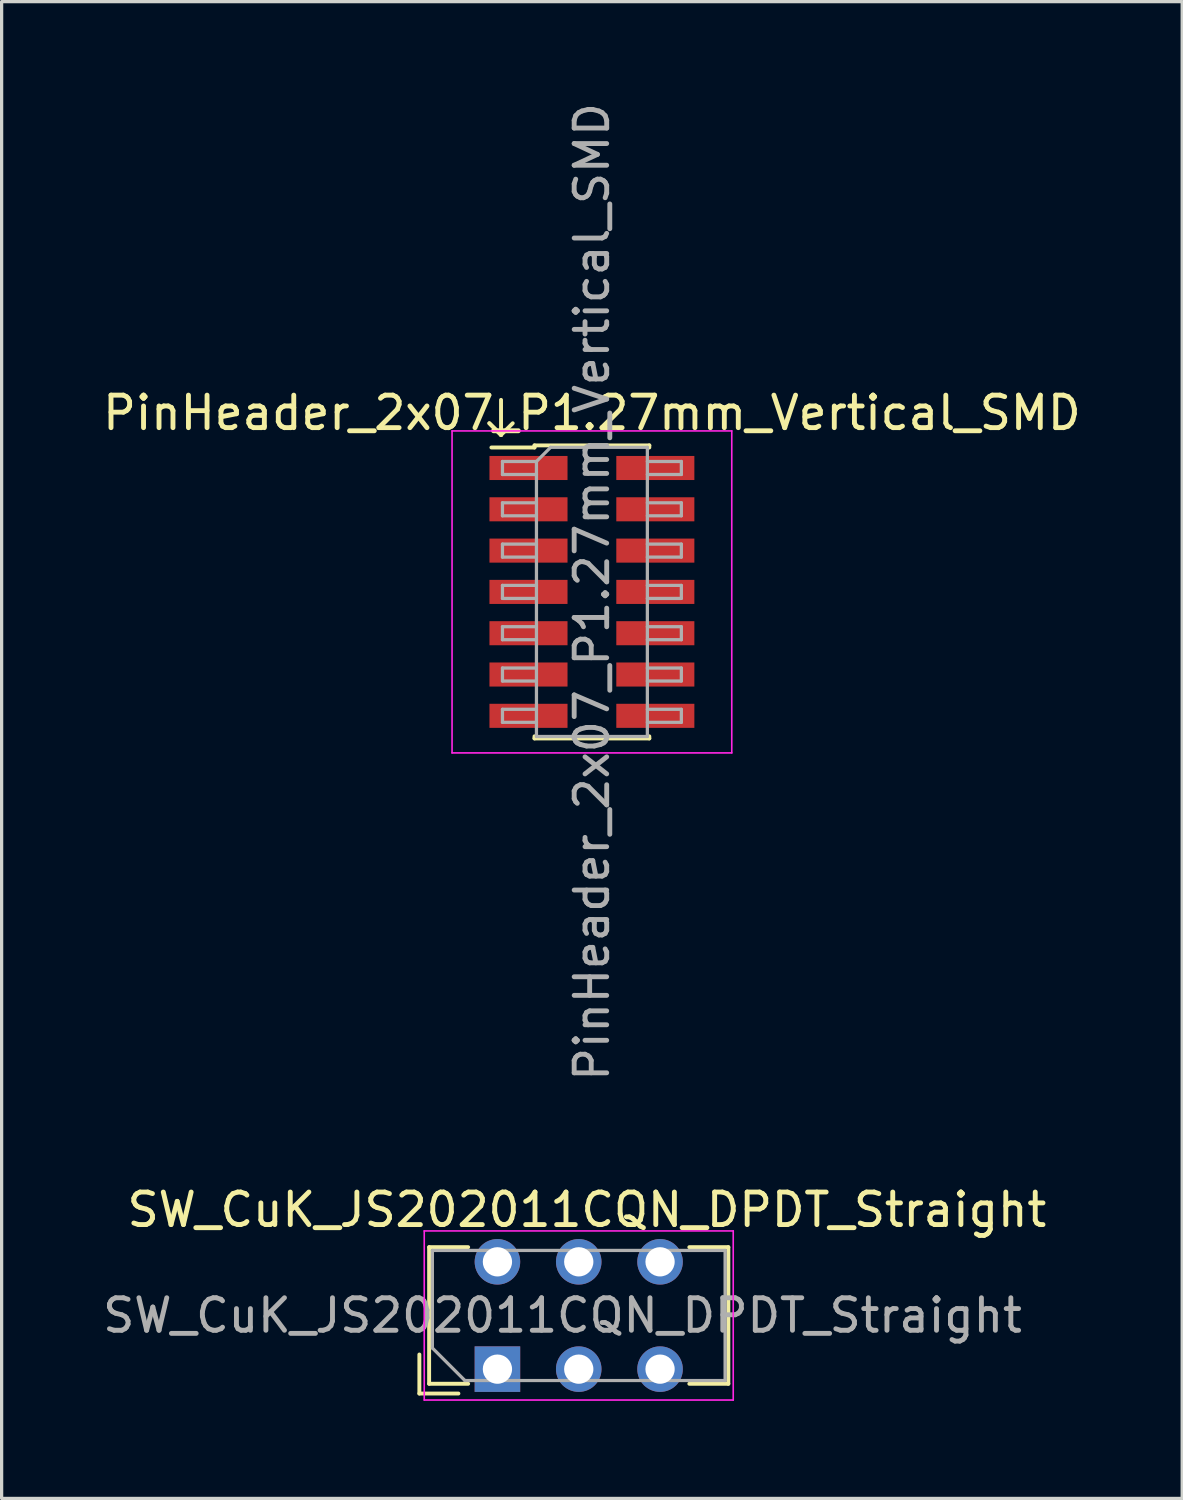
<source format=kicad_pcb>
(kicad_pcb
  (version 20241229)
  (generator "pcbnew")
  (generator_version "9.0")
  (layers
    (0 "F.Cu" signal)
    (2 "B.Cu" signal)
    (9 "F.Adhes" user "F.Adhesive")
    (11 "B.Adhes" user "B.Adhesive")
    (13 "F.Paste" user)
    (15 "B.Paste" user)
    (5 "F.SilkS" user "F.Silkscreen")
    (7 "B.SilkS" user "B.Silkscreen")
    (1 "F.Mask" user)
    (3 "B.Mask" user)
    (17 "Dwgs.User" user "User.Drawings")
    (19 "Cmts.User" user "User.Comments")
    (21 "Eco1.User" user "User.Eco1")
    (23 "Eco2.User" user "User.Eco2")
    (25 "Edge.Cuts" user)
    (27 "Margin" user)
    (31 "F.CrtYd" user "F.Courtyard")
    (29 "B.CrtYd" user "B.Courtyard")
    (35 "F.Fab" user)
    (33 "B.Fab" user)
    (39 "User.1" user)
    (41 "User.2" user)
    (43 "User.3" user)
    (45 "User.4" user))
  (footprint "PinHeader_2x07_P1.27mm_Vertical_SMD"
    (layer "F.Cu")
    (at 15.149 15.149)
    (property "Reference" "PinHeader_2x07_P1.27mm_Vertical_SMD" (at 0 -5.505 0) (layer "F.SilkS") (effects (font (size 1 1) (thickness 0.15))))
    (attr smd)
    (fp_line (start -3.153 -5.185) (end -2.794 -4.826) (stroke (width 0.12) (type solid)) (layer "F.SilkS"))
    (fp_line (start -3.09 -4.44) (end -1.765 -4.44) (stroke (width 0.12) (type solid)) (layer "F.SilkS"))
    (fp_line (start -2.794 -4.826) (end -3.153 -5.185) (stroke (width 0.12) (type solid)) (layer "F.SilkS"))
    (fp_line (start -2.794 -4.826) (end -2.794 -5.904) (stroke (width 0.12) (type solid)) (layer "F.SilkS"))
    (fp_line (start -2.794 -4.826) (end -2.435 -5.185) (stroke (width 0.12) (type solid)) (layer "F.SilkS"))
    (fp_line (start -1.765 -4.505) (end -1.765 -4.44) (stroke (width 0.12) (type solid)) (layer "F.SilkS"))
    (fp_line (start -1.765 -4.505) (end 1.765 -4.505) (stroke (width 0.12) (type solid)) (layer "F.SilkS"))
    (fp_line (start -1.765 4.44) (end -1.765 4.505) (stroke (width 0.12) (type solid)) (layer "F.SilkS"))
    (fp_line (start -1.765 4.505) (end 1.765 4.505) (stroke (width 0.12) (type solid)) (layer "F.SilkS"))
    (fp_line (start 1.765 -4.505) (end 1.765 -4.44) (stroke (width 0.12) (type solid)) (layer "F.SilkS"))
    (fp_line (start 1.765 4.44) (end 1.765 4.505) (stroke (width 0.12) (type solid)) (layer "F.SilkS"))
    (fp_line (start -4.3 -4.95) (end -4.3 4.95) (stroke (width 0.05) (type solid)) (layer "F.CrtYd"))
    (fp_line (start -4.3 4.95) (end 4.3 4.95) (stroke (width 0.05) (type solid)) (layer "F.CrtYd"))
    (fp_line (start 4.3 -4.95) (end -4.3 -4.95) (stroke (width 0.05) (type solid)) (layer "F.CrtYd"))
    (fp_line (start 4.3 4.95) (end 4.3 -4.95) (stroke (width 0.05) (type solid)) (layer "F.CrtYd"))
    (fp_line (start -2.75 -4.01) (end -2.75 -3.61) (stroke (width 0.1) (type solid)) (layer "F.Fab"))
    (fp_line (start -2.75 -3.61) (end -1.705 -3.61) (stroke (width 0.1) (type solid)) (layer "F.Fab"))
    (fp_line (start -2.75 -2.74) (end -2.75 -2.34) (stroke (width 0.1) (type solid)) (layer "F.Fab"))
    (fp_line (start -2.75 -2.34) (end -1.705 -2.34) (stroke (width 0.1) (type solid)) (layer "F.Fab"))
    (fp_line (start -2.75 -1.47) (end -2.75 -1.07) (stroke (width 0.1) (type solid)) (layer "F.Fab"))
    (fp_line (start -2.75 -1.07) (end -1.705 -1.07) (stroke (width 0.1) (type solid)) (layer "F.Fab"))
    (fp_line (start -2.75 -0.2) (end -2.75 0.2) (stroke (width 0.1) (type solid)) (layer "F.Fab"))
    (fp_line (start -2.75 0.2) (end -1.705 0.2) (stroke (width 0.1) (type solid)) (layer "F.Fab"))
    (fp_line (start -2.75 1.07) (end -2.75 1.47) (stroke (width 0.1) (type solid)) (layer "F.Fab"))
    (fp_line (start -2.75 1.47) (end -1.705 1.47) (stroke (width 0.1) (type solid)) (layer "F.Fab"))
    (fp_line (start -2.75 2.34) (end -2.75 2.74) (stroke (width 0.1) (type solid)) (layer "F.Fab"))
    (fp_line (start -2.75 2.74) (end -1.705 2.74) (stroke (width 0.1) (type solid)) (layer "F.Fab"))
    (fp_line (start -2.75 3.61) (end -2.75 4.01) (stroke (width 0.1) (type solid)) (layer "F.Fab"))
    (fp_line (start -2.75 4.01) (end -1.705 4.01) (stroke (width 0.1) (type solid)) (layer "F.Fab"))
    (fp_line (start -1.705 -4.01) (end -2.75 -4.01) (stroke (width 0.1) (type solid)) (layer "F.Fab"))
    (fp_line (start -1.705 -4.01) (end -1.27 -4.445) (stroke (width 0.1) (type solid)) (layer "F.Fab"))
    (fp_line (start -1.705 -2.74) (end -2.75 -2.74) (stroke (width 0.1) (type solid)) (layer "F.Fab"))
    (fp_line (start -1.705 -1.47) (end -2.75 -1.47) (stroke (width 0.1) (type solid)) (layer "F.Fab"))
    (fp_line (start -1.705 -0.2) (end -2.75 -0.2) (stroke (width 0.1) (type solid)) (layer "F.Fab"))
    (fp_line (start -1.705 1.07) (end -2.75 1.07) (stroke (width 0.1) (type solid)) (layer "F.Fab"))
    (fp_line (start -1.705 2.34) (end -2.75 2.34) (stroke (width 0.1) (type solid)) (layer "F.Fab"))
    (fp_line (start -1.705 3.61) (end -2.75 3.61) (stroke (width 0.1) (type solid)) (layer "F.Fab"))
    (fp_line (start -1.705 4.445) (end -1.705 -4.01) (stroke (width 0.1) (type solid)) (layer "F.Fab"))
    (fp_line (start -1.27 -4.445) (end 1.705 -4.445) (stroke (width 0.1) (type solid)) (layer "F.Fab"))
    (fp_line (start 1.705 -4.445) (end 1.705 4.445) (stroke (width 0.1) (type solid)) (layer "F.Fab"))
    (fp_line (start 1.705 -4.01) (end 2.75 -4.01) (stroke (width 0.1) (type solid)) (layer "F.Fab"))
    (fp_line (start 1.705 -2.74) (end 2.75 -2.74) (stroke (width 0.1) (type solid)) (layer "F.Fab"))
    (fp_line (start 1.705 -1.47) (end 2.75 -1.47) (stroke (width 0.1) (type solid)) (layer "F.Fab"))
    (fp_line (start 1.705 -0.2) (end 2.75 -0.2) (stroke (width 0.1) (type solid)) (layer "F.Fab"))
    (fp_line (start 1.705 1.07) (end 2.75 1.07) (stroke (width 0.1) (type solid)) (layer "F.Fab"))
    (fp_line (start 1.705 2.34) (end 2.75 2.34) (stroke (width 0.1) (type solid)) (layer "F.Fab"))
    (fp_line (start 1.705 3.61) (end 2.75 3.61) (stroke (width 0.1) (type solid)) (layer "F.Fab"))
    (fp_line (start 1.705 4.445) (end -1.705 4.445) (stroke (width 0.1) (type solid)) (layer "F.Fab"))
    (fp_line (start 2.75 -4.01) (end 2.75 -3.61) (stroke (width 0.1) (type solid)) (layer "F.Fab"))
    (fp_line (start 2.75 -3.61) (end 1.705 -3.61) (stroke (width 0.1) (type solid)) (layer "F.Fab"))
    (fp_line (start 2.75 -2.74) (end 2.75 -2.34) (stroke (width 0.1) (type solid)) (layer "F.Fab"))
    (fp_line (start 2.75 -2.34) (end 1.705 -2.34) (stroke (width 0.1) (type solid)) (layer "F.Fab"))
    (fp_line (start 2.75 -1.47) (end 2.75 -1.07) (stroke (width 0.1) (type solid)) (layer "F.Fab"))
    (fp_line (start 2.75 -1.07) (end 1.705 -1.07) (stroke (width 0.1) (type solid)) (layer "F.Fab"))
    (fp_line (start 2.75 -0.2) (end 2.75 0.2) (stroke (width 0.1) (type solid)) (layer "F.Fab"))
    (fp_line (start 2.75 0.2) (end 1.705 0.2) (stroke (width 0.1) (type solid)) (layer "F.Fab"))
    (fp_line (start 2.75 1.07) (end 2.75 1.47) (stroke (width 0.1) (type solid)) (layer "F.Fab"))
    (fp_line (start 2.75 1.47) (end 1.705 1.47) (stroke (width 0.1) (type solid)) (layer "F.Fab"))
    (fp_line (start 2.75 2.34) (end 2.75 2.74) (stroke (width 0.1) (type solid)) (layer "F.Fab"))
    (fp_line (start 2.75 2.74) (end 1.705 2.74) (stroke (width 0.1) (type solid)) (layer "F.Fab"))
    (fp_line (start 2.75 3.61) (end 2.75 4.01) (stroke (width 0.1) (type solid)) (layer "F.Fab"))
    (fp_line (start 2.75 4.01) (end 1.705 4.01) (stroke (width 0.1) (type solid)) (layer "F.Fab"))
    (fp_text user "${REFERENCE}" (at 0 0 90) (layer "F.Fab") (effects (font (size 1 1) (thickness 0.15))))
    (pad "1" smd rect (at -1.95 -3.81) (size 2.4 0.74) (layers "F.Cu" "F.Mask" "F.Paste"))
    (pad "2" smd rect (at 1.95 -3.81) (size 2.4 0.74) (layers "F.Cu" "F.Mask" "F.Paste"))
    (pad "3" smd rect (at -1.95 -2.54) (size 2.4 0.74) (layers "F.Cu" "F.Mask" "F.Paste"))
    (pad "4" smd rect (at 1.95 -2.54) (size 2.4 0.74) (layers "F.Cu" "F.Mask" "F.Paste"))
    (pad "5" smd rect (at -1.95 -1.27) (size 2.4 0.74) (layers "F.Cu" "F.Mask" "F.Paste"))
    (pad "6" smd rect (at 1.95 -1.27) (size 2.4 0.74) (layers "F.Cu" "F.Mask" "F.Paste"))
    (pad "7" smd rect (at -1.95 0) (size 2.4 0.74) (layers "F.Cu" "F.Mask" "F.Paste"))
    (pad "8" smd rect (at 1.95 0) (size 2.4 0.74) (layers "F.Cu" "F.Mask" "F.Paste"))
    (pad "9" smd rect (at -1.95 1.27) (size 2.4 0.74) (layers "F.Cu" "F.Mask" "F.Paste"))
    (pad "10" smd rect (at 1.95 1.27) (size 2.4 0.74) (layers "F.Cu" "F.Mask" "F.Paste"))
    (pad "11" smd rect (at -1.95 2.54) (size 2.4 0.74) (layers "F.Cu" "F.Mask" "F.Paste"))
    (pad "12" smd rect (at 1.95 2.54) (size 2.4 0.74) (layers "F.Cu" "F.Mask" "F.Paste"))
    (pad "13" smd rect (at -1.95 3.81) (size 2.4 0.74) (layers "F.Cu" "F.Mask" "F.Paste"))
    (pad "14" smd rect (at 1.95 3.81) (size 2.4 0.74) (layers "F.Cu" "F.Mask" "F.Paste")))
  (footprint "SW_CuK_JS202011CQN_DPDT_Straight"
    (layer "F.Cu")
    (at 12.244 39.046)
    (property "Reference" "SW_CuK_JS202011CQN_DPDT_Straight" (at 2.75 -4.9 0) (layer "F.SilkS") (effects (font (size 1 1) (thickness 0.15))))
    (attr through_hole)
    (fp_line (start -2.4 0.75) (end -2.4 -0.45) (stroke (width 0.12) (type solid)) (layer "F.SilkS"))
    (fp_line (start -2.1 -3.75) (end -0.9 -3.75) (stroke (width 0.12) (type solid)) (layer "F.SilkS"))
    (fp_line (start -2.1 0.45) (end -2.1 -3.75) (stroke (width 0.12) (type solid)) (layer "F.SilkS"))
    (fp_line (start -1.2 0.75) (end -2.4 0.75) (stroke (width 0.12) (type solid)) (layer "F.SilkS"))
    (fp_line (start -0.9 0.45) (end -2.1 0.45) (stroke (width 0.12) (type solid)) (layer "F.SilkS"))
    (fp_line (start 5.9 -3.75) (end 7.1 -3.75) (stroke (width 0.12) (type solid)) (layer "F.SilkS"))
    (fp_line (start 7.1 -3.75) (end 7.1 0.45) (stroke (width 0.12) (type solid)) (layer "F.SilkS"))
    (fp_line (start 7.1 0.45) (end 5.9 0.45) (stroke (width 0.12) (type solid)) (layer "F.SilkS"))
    (fp_line (start -2.25 -4.25) (end -2.25 0.95) (stroke (width 0.05) (type solid)) (layer "F.CrtYd"))
    (fp_line (start -2.25 -4.25) (end 7.25 -4.25) (stroke (width 0.05) (type solid)) (layer "F.CrtYd"))
    (fp_line (start 7.25 -4.25) (end 7.25 0.95) (stroke (width 0.05) (type solid)) (layer "F.CrtYd"))
    (fp_line (start 7.25 0.95) (end -2.25 0.95) (stroke (width 0.05) (type solid)) (layer "F.CrtYd"))
    (fp_line (start -2 -3.65) (end -2 -0.65) (stroke (width 0.1) (type solid)) (layer "F.Fab"))
    (fp_line (start -2 -3.65) (end 7 -3.65) (stroke (width 0.1) (type solid)) (layer "F.Fab"))
    (fp_line (start -1 0.35) (end -2 -0.65) (stroke (width 0.1) (type solid)) (layer "F.Fab"))
    (fp_line (start 7 -3.65) (end 7 0.35) (stroke (width 0.1) (type solid)) (layer "F.Fab"))
    (fp_line (start 7 0.35) (end -1 0.35) (stroke (width 0.1) (type solid)) (layer "F.Fab"))
    (fp_text user "${REFERENCE}" (at 2 -1.65 0) (layer "F.Fab") (effects (font (size 1 1) (thickness 0.15))))
    (pad "1" thru_hole rect (at 0 0) (size 1.4 1.4) (drill 0.9) (layers "*.Cu" "*.Mask"))
    (pad "2" thru_hole circle (at 2.5 0) (size 1.4 1.4) (drill 0.9) (layers "*.Cu" "*.Mask"))
    (pad "3" thru_hole circle (at 5 0) (size 1.4 1.4) (drill 0.9) (layers "*.Cu" "*.Mask"))
    (pad "4" thru_hole circle (at 0 -3.3 90) (size 1.4 1.4) (drill 0.9) (layers "*.Cu" "*.Mask"))
    (pad "5" thru_hole circle (at 2.5 -3.3) (size 1.4 1.4) (drill 0.9) (layers "*.Cu" "*.Mask"))
    (pad "6" thru_hole circle (at 5 -3.3) (size 1.4 1.4) (drill 0.9) (layers "*.Cu" "*.Mask")))
  (gr_rect
    (start -3 -3)
    (end 33.298 43.021)
    (stroke (width 0.1) (type default))
    (fill no)
    (layer "Edge.Cuts")))
</source>
